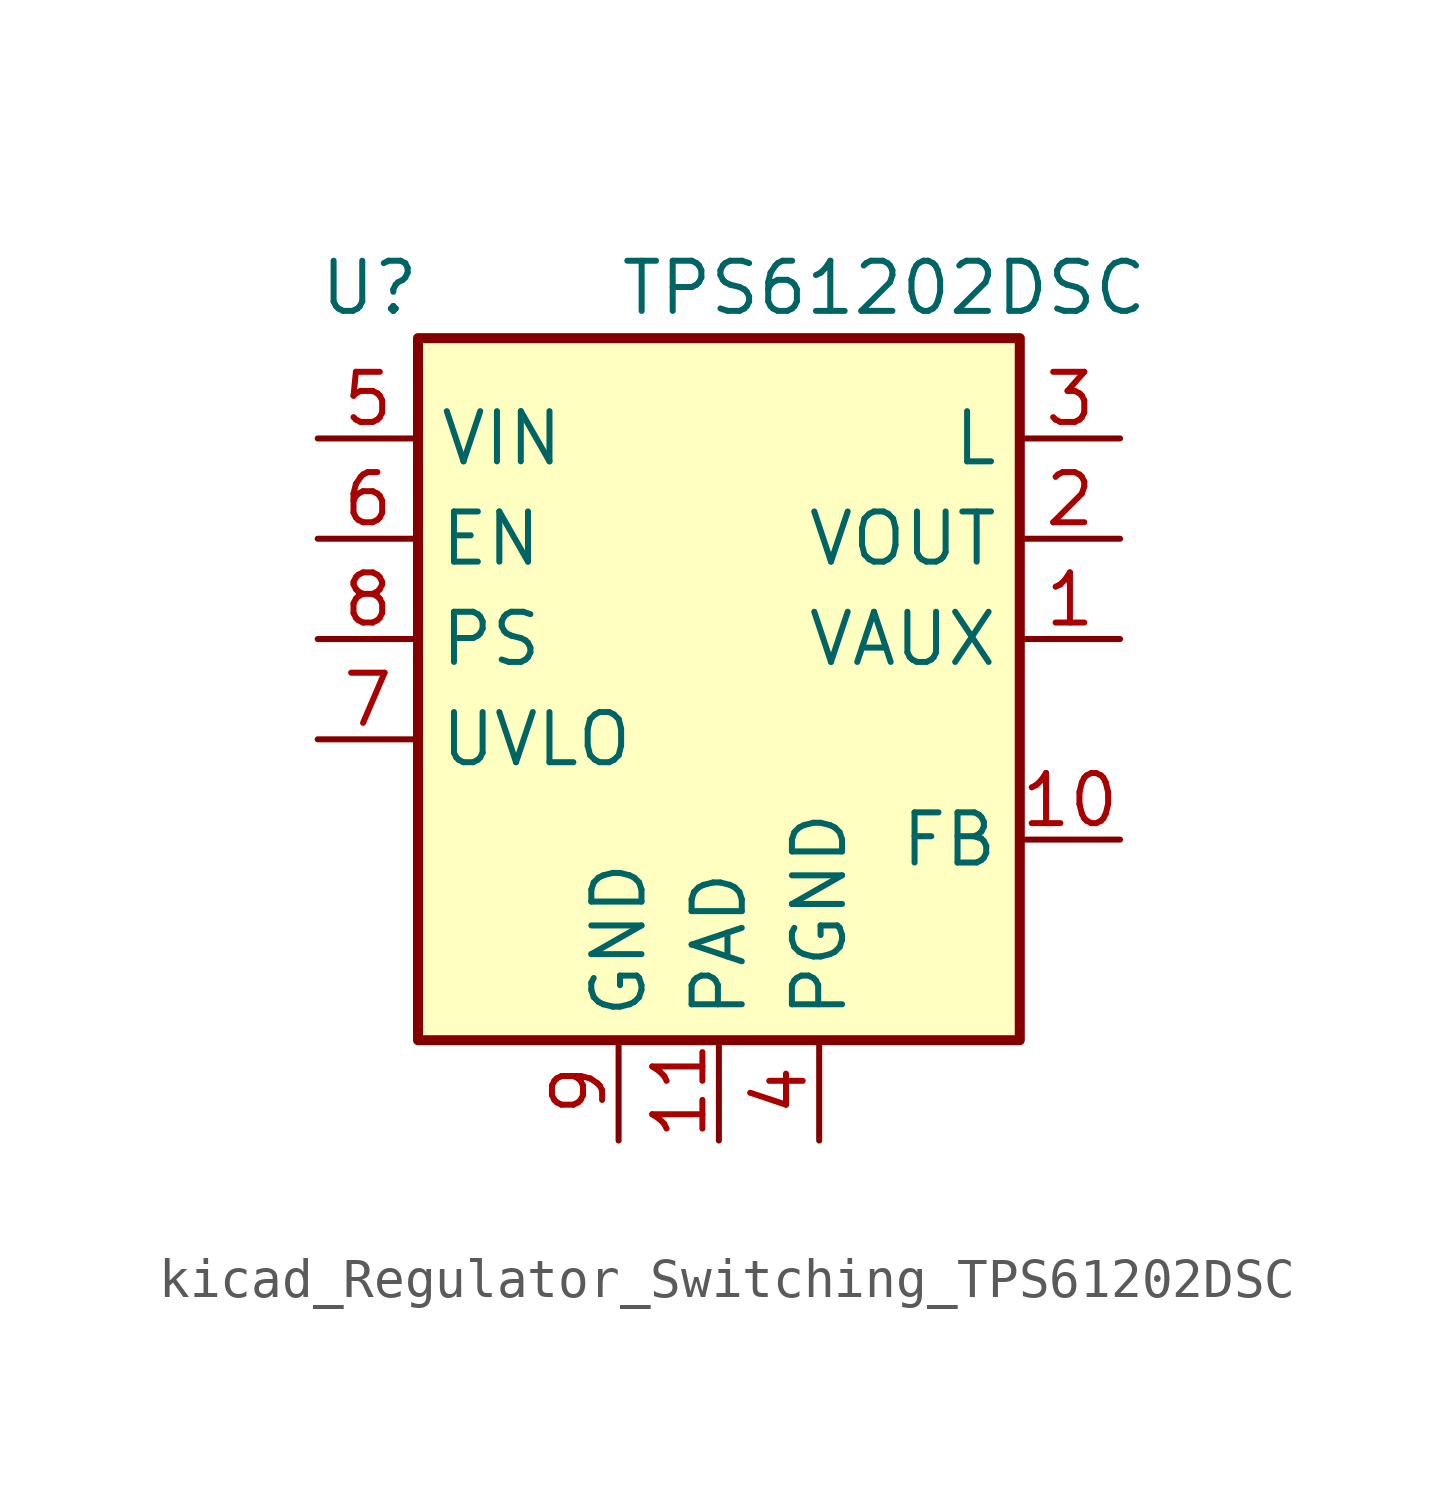
<source format=kicad_sym>
(kicad_symbol_lib
  (version 20220914)
  (generator kicad_symbol_editor)
  (symbol "kicad_Regulator_Switching_TPS61202DSC"
    (property "Reference" "U"
      (at -10.16 8.89 0)
      (effects (font (size 1.27 1.27)) (justify left)))
    (property "Value" "TPS61202DSC"
      (at -2.54 8.89 0)
      (effects (font (size 1.27 1.27)) (justify left)))
    (symbol "kicad_Regulator_Switching_TPS61202DSC_0_1"
      (rectangle (start -7.62 7.62) (end 7.62 -10.16) (stroke (width 0.254) (type default)) (fill (type background))))
    (symbol "kicad_Regulator_Switching_TPS61202DSC_1_1"
      (pin bidirectional line (at 10.16 0 180) (length 2.54) (name "VAUX" (effects (font (size 1.27 1.27)))) (number "1" (effects (font (size 1.27 1.27)))))
      (pin input line (at 10.16 -5.08 180) (length 2.54) (name "FB" (effects (font (size 1.27 1.27)))) (number "10" (effects (font (size 1.27 1.27)))))
      (pin power_in line (at 0 -12.7 90) (length 2.54) (name "PAD" (effects (font (size 1.27 1.27)))) (number "11" (effects (font (size 1.27 1.27)))))
      (pin power_out line (at 10.16 2.54 180) (length 2.54) (name "VOUT" (effects (font (size 1.27 1.27)))) (number "2" (effects (font (size 1.27 1.27)))))
      (pin input line (at 10.16 5.08 180) (length 2.54) (name "L" (effects (font (size 1.27 1.27)))) (number "3" (effects (font (size 1.27 1.27)))))
      (pin power_in line (at 2.54 -12.7 90) (length 2.54) (name "PGND" (effects (font (size 1.27 1.27)))) (number "4" (effects (font (size 1.27 1.27)))))
      (pin power_in line (at -10.16 5.08 0) (length 2.54) (name "VIN" (effects (font (size 1.27 1.27)))) (number "5" (effects (font (size 1.27 1.27)))))
      (pin input line (at -10.16 2.54 0) (length 2.54) (name "EN" (effects (font (size 1.27 1.27)))) (number "6" (effects (font (size 1.27 1.27)))))
      (pin input line (at -10.16 -2.54 0) (length 2.54) (name "UVLO" (effects (font (size 1.27 1.27)))) (number "7" (effects (font (size 1.27 1.27)))))
      (pin input line (at -10.16 0 0) (length 2.54) (name "PS" (effects (font (size 1.27 1.27)))) (number "8" (effects (font (size 1.27 1.27)))))
      (pin power_in line (at -2.54 -12.7 90) (length 2.54) (name "GND" (effects (font (size 1.27 1.27)))) (number "9" (effects (font (size 1.27 1.27))))))))
</source>
